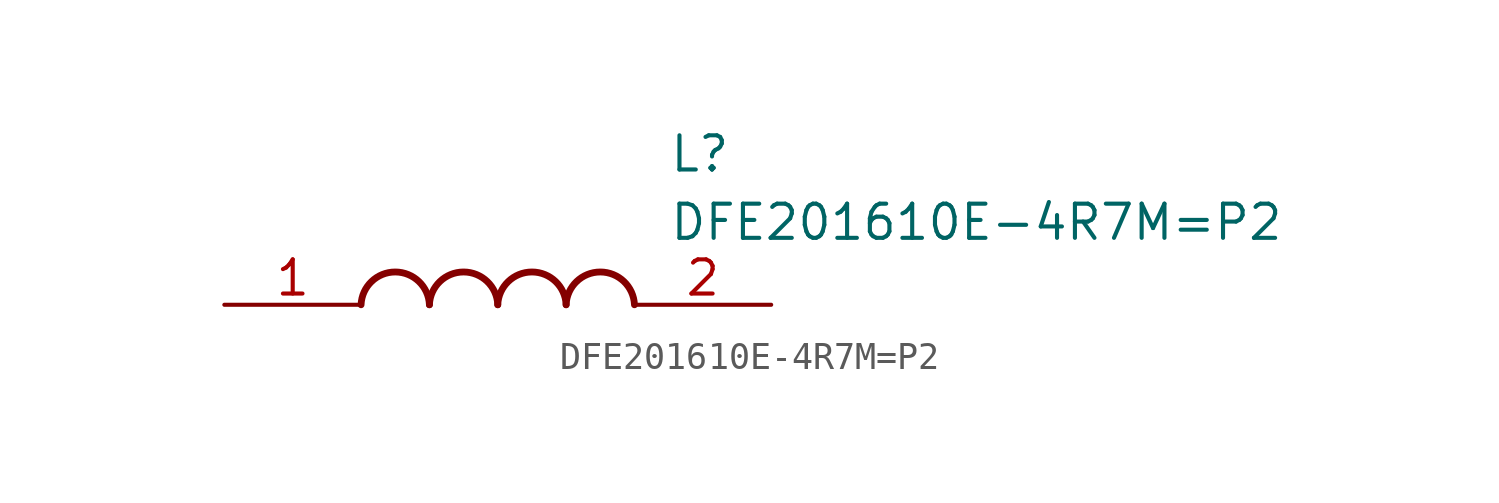
<source format=kicad_sym>
(kicad_symbol_lib
  (version 20211014)
  (generator SamacSys_ECAD_Model)
  (symbol "DFE201610E-4R7M=P2"
    (pin_names hide)
    (property "Reference" "L"
      (at 16.51 6.35 0)
      (effects (font (size 1.27 1.27)) (justify left top)))
    (property "Value" "DFE201610E-4R7M=P2"
      (at 16.51 3.81 0)
      (effects (font (size 1.27 1.27)) (justify left top)))
    (arc
      (start 7.62 0)
      (mid 6.35 1.219)
      (end 5.08 0)
      (stroke (width 0.254) (type default))
      (fill (type none)))
    (arc
      (start 10.16 0)
      (mid 8.89 1.219)
      (end 7.62 0)
      (stroke (width 0.254) (type default))
      (fill (type none)))
    (arc
      (start 12.7 0)
      (mid 11.43 1.219)
      (end 10.16 0)
      (stroke (width 0.254) (type default))
      (fill (type none)))
    (arc
      (start 15.24 0)
      (mid 13.97 1.219)
      (end 12.7 0)
      (stroke (width 0.254) (type default))
      (fill (type none)))
    (pin passive line
      (at 0 0 0)
      (length 5.08)
      (name "1" (effects (font (size 1.27 1.27))))
      (number "1" (effects (font (size 1.27 1.27)))))
    (pin passive line
      (at 20.32 0 180)
      (length 5.08)
      (name "2" (effects (font (size 1.27 1.27))))
      (number "2" (effects (font (size 1.27 1.27)))))))
</source>
